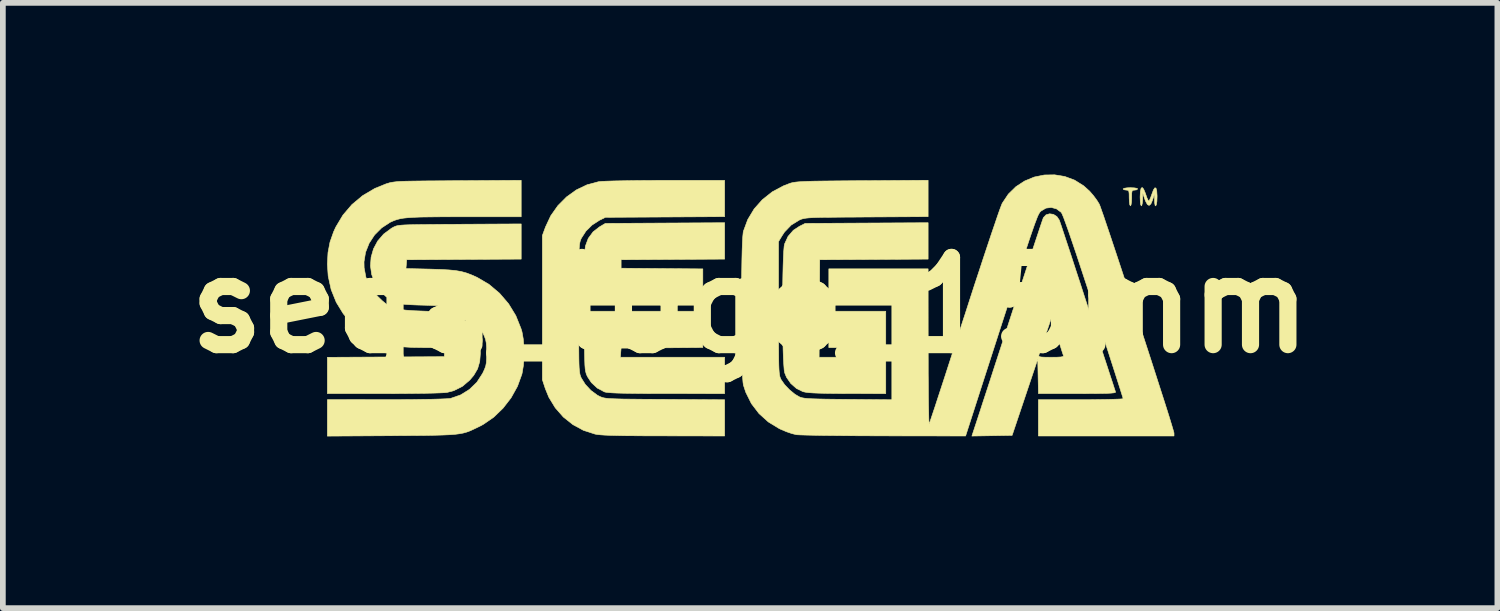
<source format=kicad_pcb>
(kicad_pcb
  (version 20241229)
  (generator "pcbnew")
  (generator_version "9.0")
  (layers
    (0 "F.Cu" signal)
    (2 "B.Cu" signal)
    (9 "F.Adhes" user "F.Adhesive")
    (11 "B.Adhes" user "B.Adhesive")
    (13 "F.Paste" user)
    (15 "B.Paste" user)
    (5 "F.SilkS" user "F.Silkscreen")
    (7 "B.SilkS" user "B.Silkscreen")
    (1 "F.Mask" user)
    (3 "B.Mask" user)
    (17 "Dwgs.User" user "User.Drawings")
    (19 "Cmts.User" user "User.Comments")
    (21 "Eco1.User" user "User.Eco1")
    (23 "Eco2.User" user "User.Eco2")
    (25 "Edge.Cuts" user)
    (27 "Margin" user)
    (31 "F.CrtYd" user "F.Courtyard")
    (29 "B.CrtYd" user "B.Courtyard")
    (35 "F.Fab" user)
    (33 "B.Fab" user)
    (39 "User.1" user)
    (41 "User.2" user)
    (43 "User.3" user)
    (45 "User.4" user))
  (footprint "sega_logo_15mm"
    (layer "F.Cu")
    (at 10.058 2.283)
    (property "Reference" "sega_logo_15mm" (at 0 0 0) (layer "F.SilkS") (effects (font (size 1.524 1.524) (thickness 0.3))))
    (attr through_hole)
    (fp_poly (pts (xy -0.445 -0.805) (xy -2.254 -0.794) (xy -2.254 -0.646) (xy -1.54 -0.64) (xy -0.826 -0.634) (xy -0.826 0) (xy -2.9 0) (xy -2.9 -0.465) (xy -2.899 -0.608) (xy -2.896 -0.743) (xy -2.891 -0.863) (xy -2.886 -0.959) (xy -2.879 -1.023) (xy -2.877 -1.035) (xy -2.828 -1.167) (xy -2.743 -1.282) (xy -2.631 -1.369) (xy -2.529 -1.429) (xy -1.487 -1.435) (xy -0.445 -1.441) (xy -0.445 -0.805)) (stroke (width 0.01) (type solid)) (fill yes) (layer "F.SilkS"))
    (fp_poly (pts (xy 6.714 -2.05) (xy 6.76 -2.042) (xy 6.773 -2.032) (xy 6.755 -2.016) (xy 6.72 -2.011) (xy 6.692 -2.008) (xy 6.676 -1.995) (xy 6.669 -1.96) (xy 6.668 -1.896) (xy 6.668 -1.873) (xy 6.665 -1.801) (xy 6.657 -1.752) (xy 6.646 -1.736) (xy 6.635 -1.755) (xy 6.628 -1.807) (xy 6.625 -1.873) (xy 6.624 -1.947) (xy 6.619 -1.988) (xy 6.606 -2.006) (xy 6.581 -2.011) (xy 6.572 -2.011) (xy 6.532 -2.018) (xy 6.519 -2.032) (xy 6.539 -2.043) (xy 6.589 -2.051) (xy 6.646 -2.053) (xy 6.714 -2.05)) (stroke (width 0.01) (type solid)) (fill yes) (layer "F.SilkS"))
    (fp_poly (pts (xy -0.826 0.74) (xy -2.254 0.751) (xy -2.261 0.831) (xy -2.267 0.91) (xy -0.445 0.91) (xy -0.445 1.545) (xy -1.455 1.544) (xy -1.701 1.544) (xy -1.907 1.543) (xy -2.078 1.541) (xy -2.216 1.539) (xy -2.326 1.536) (xy -2.411 1.532) (xy -2.473 1.527) (xy -2.518 1.522) (xy -2.546 1.515) (xy -2.548 1.514) (xy -2.67 1.449) (xy -2.774 1.352) (xy -2.836 1.258) (xy -2.853 1.225) (xy -2.865 1.193) (xy -2.875 1.156) (xy -2.882 1.109) (xy -2.887 1.046) (xy -2.89 0.96) (xy -2.893 0.846) (xy -2.895 0.698) (xy -2.896 0.63) (xy -2.903 0.106) (xy -0.826 0.106) (xy -0.826 0.74)) (stroke (width 0.01) (type solid)) (fill yes) (layer "F.SilkS"))
    (fp_poly (pts (xy 6.877 -2.029) (xy 6.906 -1.96) (xy 6.914 -1.937) (xy 6.936 -1.874) (xy 6.956 -1.832) (xy 6.967 -1.82) (xy 6.981 -1.839) (xy 7.002 -1.887) (xy 7.02 -1.937) (xy 7.049 -2.015) (xy 7.074 -2.051) (xy 7.093 -2.046) (xy 7.106 -2) (xy 7.112 -1.914) (xy 7.112 -1.894) (xy 7.109 -1.814) (xy 7.1 -1.76) (xy 7.089 -1.735) (xy 7.078 -1.743) (xy 7.07 -1.787) (xy 7.068 -1.836) (xy 7.066 -1.937) (xy 7.032 -1.835) (xy 7.003 -1.768) (xy 6.973 -1.743) (xy 6.943 -1.759) (xy 6.911 -1.818) (xy 6.898 -1.852) (xy 6.861 -1.958) (xy 6.86 -1.847) (xy 6.855 -1.785) (xy 6.845 -1.744) (xy 6.837 -1.736) (xy 6.826 -1.755) (xy 6.819 -1.809) (xy 6.816 -1.887) (xy 6.816 -1.894) (xy 6.82 -1.989) (xy 6.833 -2.043) (xy 6.852 -2.057) (xy 6.877 -2.029)) (stroke (width 0.01) (type solid)) (fill yes) (layer "F.SilkS"))
    (fp_poly (pts (xy 3.111 -0.805) (xy 2.164 -0.799) (xy 1.217 -0.794) (xy 1.212 0.058) (xy 1.206 0.91) (xy 1.736 0.91) (xy 1.736 0.741) (xy 1.376 0.741) (xy 1.376 0.106) (xy 2.371 0.106) (xy 2.371 1.545) (xy 1.699 1.544) (xy 1.499 1.543) (xy 1.336 1.541) (xy 1.207 1.538) (xy 1.107 1.534) (xy 1.031 1.529) (xy 0.974 1.522) (xy 0.932 1.513) (xy 0.924 1.511) (xy 0.811 1.456) (xy 0.712 1.369) (xy 0.637 1.261) (xy 0.605 1.183) (xy 0.596 1.133) (xy 0.589 1.045) (xy 0.582 0.926) (xy 0.577 0.78) (xy 0.573 0.614) (xy 0.57 0.432) (xy 0.569 0.239) (xy 0.568 0.042) (xy 0.568 -0.155) (xy 0.57 -0.346) (xy 0.573 -0.526) (xy 0.577 -0.69) (xy 0.582 -0.832) (xy 0.588 -0.947) (xy 0.595 -1.029) (xy 0.603 -1.07) (xy 0.663 -1.201) (xy 0.756 -1.309) (xy 0.863 -1.379) (xy 0.963 -1.429) (xy 2.037 -1.435) (xy 3.111 -1.441) (xy 3.111 -0.805)) (stroke (width 0.01) (type solid)) (fill yes) (layer "F.SilkS"))
    (fp_poly (pts (xy -0.445 -1.547) (xy -1.487 -1.541) (xy -2.529 -1.535) (xy -2.634 -1.483) (xy -2.761 -1.401) (xy -2.869 -1.294) (xy -2.947 -1.173) (xy -2.95 -1.167) (xy -2.96 -1.145) (xy -2.968 -1.122) (xy -2.975 -1.094) (xy -2.981 -1.058) (xy -2.985 -1.011) (xy -2.989 -0.949) (xy -2.991 -0.867) (xy -2.993 -0.763) (xy -2.994 -0.633) (xy -2.995 -0.473) (xy -2.995 -0.279) (xy -2.995 -0.048) (xy -2.995 0.053) (xy -2.995 0.3) (xy -2.995 0.507) (xy -2.994 0.68) (xy -2.993 0.822) (xy -2.992 0.936) (xy -2.99 1.025) (xy -2.987 1.095) (xy -2.982 1.148) (xy -2.977 1.187) (xy -2.971 1.217) (xy -2.963 1.242) (xy -2.954 1.264) (xy -2.95 1.273) (xy -2.879 1.386) (xy -2.782 1.49) (xy -2.671 1.572) (xy -2.628 1.595) (xy -2.604 1.605) (xy -2.58 1.614) (xy -2.55 1.621) (xy -2.512 1.627) (xy -2.462 1.632) (xy -2.395 1.635) (xy -2.309 1.638) (xy -2.198 1.641) (xy -2.06 1.642) (xy -1.89 1.644) (xy -1.684 1.645) (xy -1.487 1.646) (xy -0.445 1.653) (xy -0.445 2.286) (xy -1.508 2.284) (xy -1.765 2.284) (xy -1.984 2.282) (xy -2.167 2.281) (xy -2.318 2.278) (xy -2.44 2.275) (xy -2.537 2.271) (xy -2.612 2.266) (xy -2.669 2.26) (xy -2.709 2.253) (xy -2.911 2.188) (xy -3.097 2.087) (xy -3.264 1.954) (xy -3.405 1.793) (xy -3.517 1.609) (xy -3.579 1.457) (xy -3.63 1.302) (xy -3.63 -1.217) (xy -3.575 -1.367) (xy -3.483 -1.563) (xy -3.359 -1.739) (xy -3.208 -1.891) (xy -3.037 -2.014) (xy -2.849 -2.104) (xy -2.65 -2.157) (xy -2.646 -2.158) (xy -2.594 -2.163) (xy -2.504 -2.167) (xy -2.379 -2.171) (xy -2.225 -2.174) (xy -2.044 -2.177) (xy -1.841 -2.179) (xy -1.621 -2.18) (xy -1.476 -2.18) (xy -0.445 -2.18) (xy -0.445 -1.547)) (stroke (width 0.01) (type solid)) (fill yes) (layer "F.SilkS"))
    (fp_poly (pts (xy 5.301 -1.587) (xy 5.361 -1.549) (xy 5.404 -1.486) (xy 5.404 -1.485) (xy 5.415 -1.453) (xy 5.439 -1.383) (xy 5.473 -1.28) (xy 5.517 -1.147) (xy 5.57 -0.988) (xy 5.63 -0.805) (xy 5.696 -0.602) (xy 5.768 -0.383) (xy 5.843 -0.151) (xy 5.906 0.042) (xy 5.983 0.281) (xy 6.057 0.508) (xy 6.126 0.72) (xy 6.189 0.914) (xy 6.246 1.087) (xy 6.294 1.235) (xy 6.334 1.356) (xy 6.363 1.446) (xy 6.381 1.501) (xy 6.387 1.519) (xy 6.381 1.526) (xy 6.356 1.532) (xy 6.308 1.537) (xy 6.232 1.541) (xy 6.127 1.543) (xy 5.987 1.544) (xy 5.811 1.545) (xy 5.718 1.545) (xy 5.039 1.545) (xy 5.027 0.942) (xy 4.803 1.609) (xy 4.579 2.275) (xy 4.228 2.281) (xy 3.876 2.287) (xy 3.937 2.101) (xy 3.953 2.053) (xy 3.981 1.967) (xy 4.02 1.848) (xy 4.068 1.699) (xy 4.126 1.523) (xy 4.191 1.324) (xy 4.262 1.104) (xy 4.332 0.89) (xy 5.045 0.89) (xy 5.057 0.9) (xy 5.09 0.906) (xy 5.15 0.909) (xy 5.245 0.91) (xy 5.261 0.91) (xy 5.365 0.909) (xy 5.433 0.905) (xy 5.468 0.897) (xy 5.477 0.886) (xy 5.477 0.884) (xy 5.467 0.855) (xy 5.447 0.794) (xy 5.42 0.708) (xy 5.386 0.604) (xy 5.366 0.54) (xy 5.265 0.222) (xy 5.162 0.529) (xy 5.125 0.639) (xy 5.092 0.736) (xy 5.066 0.813) (xy 5.05 0.862) (xy 5.047 0.873) (xy 5.045 0.89) (xy 4.332 0.89) (xy 4.339 0.868) (xy 4.42 0.619) (xy 4.504 0.36) (xy 4.552 0.212) (xy 4.636 -0.047) (xy 4.717 -0.296) (xy 4.794 -0.529) (xy 4.865 -0.746) (xy 4.929 -0.943) (xy 4.986 -1.116) (xy 5.035 -1.263) (xy 5.074 -1.381) (xy 5.103 -1.467) (xy 5.121 -1.518) (xy 5.126 -1.53) (xy 5.172 -1.579) (xy 5.234 -1.597) (xy 5.301 -1.587)) (stroke (width 0.01) (type solid)) (fill yes) (layer "F.SilkS"))
    (fp_poly (pts (xy -4 -1.545) (xy -4.984 -1.545) (xy -5.232 -1.545) (xy -5.441 -1.544) (xy -5.616 -1.542) (xy -5.761 -1.54) (xy -5.88 -1.535) (xy -5.976 -1.529) (xy -6.055 -1.521) (xy -6.118 -1.51) (xy -6.172 -1.496) (xy -6.219 -1.48) (xy -6.265 -1.46) (xy -6.293 -1.447) (xy -6.439 -1.351) (xy -6.562 -1.228) (xy -6.657 -1.083) (xy -6.72 -0.924) (xy -6.747 -0.758) (xy -6.745 -0.654) (xy -6.714 -0.489) (xy -6.656 -0.347) (xy -6.565 -0.217) (xy -6.5 -0.146) (xy -6.427 -0.076) (xy -6.36 -0.021) (xy -6.292 0.02) (xy -6.216 0.051) (xy -6.125 0.073) (xy -6.014 0.087) (xy -5.875 0.097) (xy -5.701 0.104) (xy -5.673 0.105) (xy -5.504 0.111) (xy -5.37 0.119) (xy -5.265 0.131) (xy -5.182 0.148) (xy -5.113 0.173) (xy -5.053 0.208) (xy -4.993 0.254) (xy -4.935 0.306) (xy -4.824 0.435) (xy -4.752 0.579) (xy -4.717 0.742) (xy -4.713 0.836) (xy -4.725 0.986) (xy -4.762 1.112) (xy -4.829 1.226) (xy -4.898 1.308) (xy -5.028 1.419) (xy -5.176 1.493) (xy -5.292 1.524) (xy -5.338 1.529) (xy -5.422 1.533) (xy -5.541 1.537) (xy -5.689 1.54) (xy -5.864 1.542) (xy -6.06 1.544) (xy -6.274 1.545) (xy -6.395 1.545) (xy -7.387 1.545) (xy -7.387 0.911) (xy -5.345 0.9) (xy -5.331 0.741) (xy -5.704 0.741) (xy -5.905 0.738) (xy -6.072 0.728) (xy -6.213 0.711) (xy -6.337 0.684) (xy -6.453 0.646) (xy -6.551 0.605) (xy -6.765 0.482) (xy -6.952 0.33) (xy -7.108 0.151) (xy -7.232 -0.051) (xy -7.321 -0.272) (xy -7.373 -0.509) (xy -7.387 -0.718) (xy -7.376 -0.92) (xy -7.341 -1.103) (xy -7.278 -1.282) (xy -7.24 -1.365) (xy -7.115 -1.574) (xy -6.958 -1.758) (xy -6.771 -1.914) (xy -6.558 -2.04) (xy -6.361 -2.12) (xy -6.327 -2.13) (xy -6.295 -2.14) (xy -6.26 -2.147) (xy -6.218 -2.153) (xy -6.166 -2.159) (xy -6.1 -2.163) (xy -6.016 -2.166) (xy -5.911 -2.168) (xy -5.779 -2.17) (xy -5.618 -2.172) (xy -5.424 -2.173) (xy -5.192 -2.175) (xy -5.106 -2.175) (xy -4 -2.182) (xy -4 -1.545)) (stroke (width 0.01) (type solid)) (fill yes) (layer "F.SilkS"))
    (fp_poly (pts (xy -4 -0.805) (xy -6.001 -0.794) (xy -6.007 -0.717) (xy -6.014 -0.64) (xy -5.584 -0.63) (xy -5.407 -0.624) (xy -5.264 -0.616) (xy -5.148 -0.605) (xy -5.049 -0.588) (xy -4.961 -0.564) (xy -4.875 -0.532) (xy -4.782 -0.491) (xy -4.771 -0.486) (xy -4.563 -0.364) (xy -4.378 -0.208) (xy -4.221 -0.025) (xy -4.094 0.183) (xy -4.003 0.41) (xy -3.986 0.466) (xy -3.964 0.59) (xy -3.952 0.739) (xy -3.951 0.898) (xy -3.961 1.051) (xy -3.983 1.183) (xy -3.988 1.206) (xy -4.065 1.418) (xy -4.177 1.619) (xy -4.318 1.801) (xy -4.482 1.959) (xy -4.664 2.084) (xy -4.72 2.114) (xy -4.788 2.147) (xy -4.847 2.175) (xy -4.901 2.199) (xy -4.956 2.219) (xy -5.014 2.235) (xy -5.08 2.247) (xy -5.157 2.257) (xy -5.251 2.264) (xy -5.364 2.269) (xy -5.501 2.273) (xy -5.665 2.276) (xy -5.862 2.278) (xy -6.094 2.279) (xy -6.26 2.281) (xy -7.387 2.288) (xy -7.387 1.651) (xy -6.355 1.65) (xy -6.126 1.65) (xy -5.915 1.649) (xy -5.725 1.646) (xy -5.561 1.644) (xy -5.425 1.64) (xy -5.322 1.636) (xy -5.255 1.632) (xy -5.233 1.629) (xy -5.058 1.568) (xy -4.904 1.472) (xy -4.774 1.346) (xy -4.675 1.193) (xy -4.673 1.19) (xy -4.641 1.121) (xy -4.62 1.064) (xy -4.609 1.006) (xy -4.605 0.932) (xy -4.604 0.837) (xy -4.605 0.733) (xy -4.611 0.657) (xy -4.623 0.597) (xy -4.645 0.539) (xy -4.662 0.501) (xy -4.761 0.334) (xy -4.889 0.199) (xy -5.042 0.096) (xy -5.122 0.06) (xy -5.168 0.044) (xy -5.217 0.031) (xy -5.276 0.022) (xy -5.352 0.015) (xy -5.453 0.009) (xy -5.585 0.004) (xy -5.673 0.001) (xy -5.821 -0.003) (xy -5.933 -0.008) (xy -6.017 -0.013) (xy -6.08 -0.02) (xy -6.128 -0.03) (xy -6.17 -0.043) (xy -6.21 -0.06) (xy -6.223 -0.066) (xy -6.367 -0.154) (xy -6.48 -0.266) (xy -6.562 -0.396) (xy -6.613 -0.538) (xy -6.634 -0.687) (xy -6.623 -0.838) (xy -6.581 -0.984) (xy -6.508 -1.121) (xy -6.403 -1.243) (xy -6.267 -1.344) (xy -6.24 -1.359) (xy -6.219 -1.37) (xy -6.198 -1.379) (xy -6.173 -1.387) (xy -6.14 -1.393) (xy -6.096 -1.398) (xy -6.038 -1.402) (xy -5.96 -1.405) (xy -5.86 -1.407) (xy -5.733 -1.409) (xy -5.577 -1.41) (xy -5.387 -1.412) (xy -5.16 -1.413) (xy -5.075 -1.414) (xy -4 -1.42) (xy -4 -0.805)) (stroke (width 0.01) (type solid)) (fill yes) (layer "F.SilkS"))
    (fp_poly (pts (xy 5.499 -2.249) (xy 5.671 -2.185) (xy 5.829 -2.086) (xy 5.934 -1.991) (xy 5.999 -1.916) (xy 6.059 -1.835) (xy 6.102 -1.766) (xy 6.116 -1.731) (xy 6.141 -1.66) (xy 6.178 -1.556) (xy 6.223 -1.422) (xy 6.277 -1.263) (xy 6.338 -1.08) (xy 6.405 -0.879) (xy 6.477 -0.661) (xy 6.553 -0.431) (xy 6.632 -0.192) (xy 6.712 0.054) (xy 6.793 0.301) (xy 6.873 0.548) (xy 6.952 0.791) (xy 7.028 1.026) (xy 7.1 1.25) (xy 7.167 1.459) (xy 7.229 1.651) (xy 7.283 1.821) (xy 7.329 1.967) (xy 7.365 2.086) (xy 7.391 2.173) (xy 7.406 2.225) (xy 7.408 2.239) (xy 7.408 2.286) (xy 5.038 2.286) (xy 5.038 1.651) (xy 5.779 1.651) (xy 5.951 1.651) (xy 6.109 1.649) (xy 6.248 1.647) (xy 6.363 1.644) (xy 6.45 1.641) (xy 6.504 1.637) (xy 6.519 1.633) (xy 6.513 1.611) (xy 6.494 1.551) (xy 6.465 1.458) (xy 6.425 1.333) (xy 6.376 1.18) (xy 6.319 1.003) (xy 6.255 0.803) (xy 6.184 0.585) (xy 6.108 0.351) (xy 6.028 0.105) (xy 6.001 0.022) (xy 5.89 -0.32) (xy 5.791 -0.621) (xy 5.705 -0.882) (xy 5.63 -1.103) (xy 5.568 -1.285) (xy 5.517 -1.427) (xy 5.479 -1.531) (xy 5.452 -1.595) (xy 5.438 -1.621) (xy 5.355 -1.683) (xy 5.263 -1.708) (xy 5.17 -1.696) (xy 5.086 -1.646) (xy 5.07 -1.631) (xy 5.062 -1.621) (xy 5.053 -1.607) (xy 5.042 -1.588) (xy 5.029 -1.561) (xy 5.014 -1.525) (xy 4.996 -1.477) (xy 4.973 -1.417) (xy 4.947 -1.343) (xy 4.915 -1.251) (xy 4.878 -1.142) (xy 4.835 -1.012) (xy 4.784 -0.86) (xy 4.727 -0.685) (xy 4.661 -0.484) (xy 4.587 -0.255) (xy 4.503 0.003) (xy 4.409 0.292) (xy 4.305 0.614) (xy 4.19 0.97) (xy 4.063 1.363) (xy 3.924 1.795) (xy 3.914 1.826) (xy 3.766 2.286) (xy 2.343 2.284) (xy 2.098 2.283) (xy 1.863 2.282) (xy 1.642 2.28) (xy 1.438 2.278) (xy 1.256 2.276) (xy 1.098 2.273) (xy 0.971 2.27) (xy 0.875 2.267) (xy 0.817 2.264) (xy 0.804 2.262) (xy 0.731 2.244) (xy 0.637 2.212) (xy 0.54 2.171) (xy 0.508 2.156) (xy 0.318 2.04) (xy 0.156 1.894) (xy 0.023 1.72) (xy -0.075 1.523) (xy -0.117 1.396) (xy -0.124 1.346) (xy -0.131 1.259) (xy -0.136 1.14) (xy -0.141 0.992) (xy -0.145 0.821) (xy -0.148 0.632) (xy -0.15 0.43) (xy -0.151 0.219) (xy -0.151 0.005) (xy -0.15 -0.209) (xy -0.149 -0.416) (xy -0.146 -0.613) (xy -0.143 -0.795) (xy -0.139 -0.956) (xy -0.134 -1.092) (xy -0.128 -1.197) (xy -0.121 -1.268) (xy -0.117 -1.291) (xy -0.041 -1.496) (xy 0.071 -1.682) (xy 0.215 -1.844) (xy 0.388 -1.981) (xy 0.587 -2.087) (xy 0.699 -2.13) (xy 0.727 -2.138) (xy 0.76 -2.145) (xy 0.801 -2.151) (xy 0.854 -2.156) (xy 0.923 -2.16) (xy 1.01 -2.164) (xy 1.12 -2.167) (xy 1.256 -2.169) (xy 1.422 -2.171) (xy 1.622 -2.173) (xy 1.859 -2.175) (xy 1.963 -2.175) (xy 3.111 -2.183) (xy 3.111 -1.547) (xy 2.037 -1.541) (xy 1.797 -1.539) (xy 1.594 -1.538) (xy 1.427 -1.536) (xy 1.291 -1.535) (xy 1.182 -1.533) (xy 1.096 -1.53) (xy 1.03 -1.526) (xy 0.98 -1.521) (xy 0.943 -1.515) (xy 0.913 -1.508) (xy 0.888 -1.5) (xy 0.865 -1.489) (xy 0.857 -1.486) (xy 0.717 -1.399) (xy 0.601 -1.278) (xy 0.554 -1.206) (xy 0.497 -1.111) (xy 0.497 0.053) (xy 0.497 0.304) (xy 0.498 0.517) (xy 0.498 0.694) (xy 0.499 0.84) (xy 0.5 0.958) (xy 0.502 1.05) (xy 0.505 1.122) (xy 0.509 1.176) (xy 0.514 1.217) (xy 0.52 1.246) (xy 0.527 1.269) (xy 0.536 1.289) (xy 0.543 1.303) (xy 0.604 1.39) (xy 0.689 1.479) (xy 0.784 1.557) (xy 0.861 1.602) (xy 0.886 1.612) (xy 0.918 1.62) (xy 0.96 1.627) (xy 1.017 1.632) (xy 1.094 1.636) (xy 1.195 1.639) (xy 1.324 1.642) (xy 1.487 1.644) (xy 1.687 1.646) (xy 1.709 1.646) (xy 2.477 1.653) (xy 2.477 0) (xy 1.376 0) (xy 1.376 -0.635) (xy 3.111 -0.635) (xy 3.112 0.736) (xy 3.113 0.971) (xy 3.113 1.193) (xy 3.115 1.397) (xy 3.116 1.581) (xy 3.118 1.742) (xy 3.121 1.874) (xy 3.123 1.976) (xy 3.126 2.044) (xy 3.129 2.073) (xy 3.13 2.074) (xy 3.139 2.05) (xy 3.16 1.988) (xy 3.192 1.892) (xy 3.235 1.764) (xy 3.286 1.607) (xy 3.346 1.424) (xy 3.413 1.219) (xy 3.486 0.993) (xy 3.565 0.75) (xy 3.648 0.492) (xy 3.735 0.223) (xy 3.746 0.191) (xy 3.834 -0.082) (xy 3.919 -0.345) (xy 4.002 -0.596) (xy 4.079 -0.831) (xy 4.151 -1.047) (xy 4.216 -1.242) (xy 4.274 -1.411) (xy 4.322 -1.553) (xy 4.361 -1.664) (xy 4.39 -1.741) (xy 4.406 -1.781) (xy 4.407 -1.782) (xy 4.513 -1.941) (xy 4.646 -2.071) (xy 4.798 -2.17) (xy 4.965 -2.239) (xy 5.141 -2.275) (xy 5.321 -2.278) (xy 5.499 -2.249)) (stroke (width 0.01) (type solid)) (fill yes) (layer "F.SilkS")))
  (gr_rect
    (start -3 -3)
    (end 23.117 7.577)
    (stroke (width 0.1) (type default))
    (fill no)
    (layer "Edge.Cuts")))
</source>
